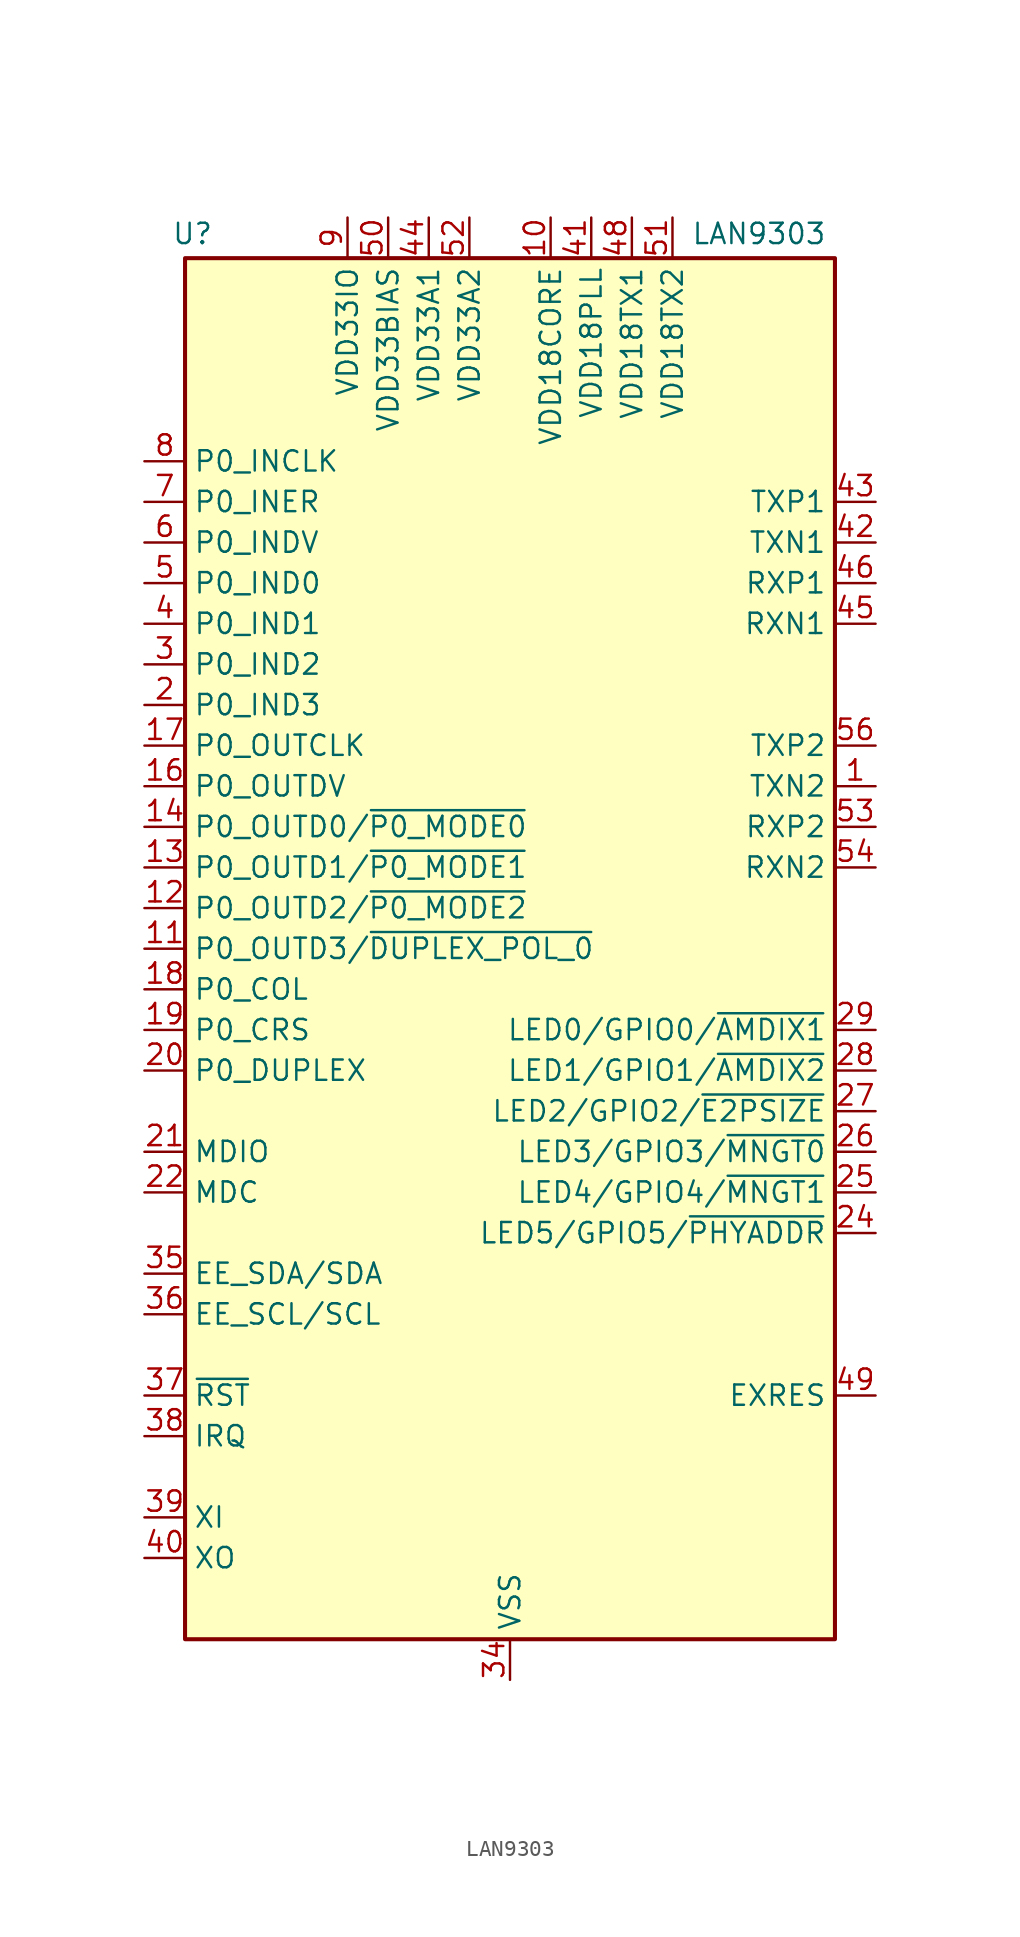
<source format=kicad_sym>
(kicad_symbol_lib
  (version 20241209)
  (generator "kicad_symbol_editor")
  (generator_version "9.0")
  (symbol "LAN9303"
    (property "Reference" "U"
      (at -18.542 44.704 0)
      (effects (font (size 1.27 1.27)) (justify right)))
    (property "Value" "LAN9303"
      (at 19.812 44.704 0)
      (effects (font (size 1.27 1.27)) (justify right)))
    (symbol "LAN9303_0_1"
      (rectangle (start -20.32 43.18) (end 20.32 -43.18) (stroke (width 0.254) (type default)) (fill (type background))))
    (symbol "LAN9303_1_1"
      (pin passive line (at -22.86 30.48 0) (length 2.54) (name "P0_INCLK" (effects (font (size 1.27 1.27)))) (number "8" (effects (font (size 1.27 1.27)))))
      (pin passive line (at -22.86 27.94 0) (length 2.54) (name "P0_INER" (effects (font (size 1.27 1.27)))) (number "7" (effects (font (size 1.27 1.27)))))
      (pin input line (at -22.86 25.4 0) (length 2.54) (name "P0_INDV" (effects (font (size 1.27 1.27)))) (number "6" (effects (font (size 1.27 1.27)))))
      (pin input line (at -22.86 22.86 0) (length 2.54) (name "P0_IND0" (effects (font (size 1.27 1.27)))) (number "5" (effects (font (size 1.27 1.27)))))
      (pin input line (at -22.86 20.32 0) (length 2.54) (name "P0_IND1" (effects (font (size 1.27 1.27)))) (number "4" (effects (font (size 1.27 1.27)))))
      (pin passive line (at -22.86 17.78 0) (length 2.54) (name "P0_IND2" (effects (font (size 1.27 1.27)))) (number "3" (effects (font (size 1.27 1.27)))))
      (pin passive line (at -22.86 15.24 0) (length 2.54) (name "P0_IND3" (effects (font (size 1.27 1.27)))) (number "2" (effects (font (size 1.27 1.27)))))
      (pin bidirectional line (at -22.86 12.7 0) (length 2.54) (name "P0_OUTCLK" (effects (font (size 1.27 1.27)))) (number "17" (effects (font (size 1.27 1.27)))))
      (pin output line (at -22.86 10.16 0) (length 2.54) (name "P0_OUTDV" (effects (font (size 1.27 1.27)))) (number "16" (effects (font (size 1.27 1.27)))))
      (pin bidirectional line (at -22.86 7.62 0) (length 2.54) (name "P0_OUTD0/~{P0_MODE0}" (effects (font (size 1.27 1.27)))) (number "14" (effects (font (size 1.27 1.27)))))
      (pin bidirectional line (at -22.86 5.08 0) (length 2.54) (name "P0_OUTD1/~{P0_MODE1}" (effects (font (size 1.27 1.27)))) (number "13" (effects (font (size 1.27 1.27)))))
      (pin passive line (at -22.86 2.54 0) (length 2.54) (name "P0_OUTD2/~{P0_MODE2}" (effects (font (size 1.27 1.27)))) (number "12" (effects (font (size 1.27 1.27)))))
      (pin passive line (at -22.86 0 0) (length 2.54) (name "P0_OUTD3/~{DUPLEX_POL_0}" (effects (font (size 1.27 1.27)))) (number "11" (effects (font (size 1.27 1.27)))))
      (pin passive line (at -22.86 -2.54 0) (length 2.54) (name "P0_COL" (effects (font (size 1.27 1.27)))) (number "18" (effects (font (size 1.27 1.27)))))
      (pin passive line (at -22.86 -5.08 0) (length 2.54) (name "P0_CRS" (effects (font (size 1.27 1.27)))) (number "19" (effects (font (size 1.27 1.27)))))
      (pin input line (at -22.86 -7.62 0) (length 2.54) (name "P0_DUPLEX" (effects (font (size 1.27 1.27)))) (number "20" (effects (font (size 1.27 1.27)))))
      (pin bidirectional line (at -22.86 -12.7 0) (length 2.54) (name "MDIO" (effects (font (size 1.27 1.27)))) (number "21" (effects (font (size 1.27 1.27)))))
      (pin bidirectional line (at -22.86 -15.24 0) (length 2.54) (name "MDC" (effects (font (size 1.27 1.27)))) (number "22" (effects (font (size 1.27 1.27)))))
      (pin bidirectional line (at -22.86 -20.32 0) (length 2.54) (name "EE_SDA/SDA" (effects (font (size 1.27 1.27)))) (number "35" (effects (font (size 1.27 1.27)))))
      (pin bidirectional line (at -22.86 -22.86 0) (length 2.54) (name "EE_SCL/SCL" (effects (font (size 1.27 1.27)))) (number "36" (effects (font (size 1.27 1.27)))))
      (pin passive line (at -22.86 -27.94 0) (length 2.54) (name "~{RST}" (effects (font (size 1.27 1.27)))) (number "37" (effects (font (size 1.27 1.27)))))
      (pin passive line (at -22.86 -30.48 0) (length 2.54) (name "IRQ" (effects (font (size 1.27 1.27)))) (number "38" (effects (font (size 1.27 1.27)))))
      (pin input line (at -22.86 -35.56 0) (length 2.54) (name "XI" (effects (font (size 1.27 1.27)))) (number "39" (effects (font (size 1.27 1.27)))))
      (pin passive line (at -22.86 -38.1 0) (length 2.54) (name "XO" (effects (font (size 1.27 1.27)))) (number "40" (effects (font (size 1.27 1.27)))))
      (pin passive line (at -10.16 45.72 270) (length 2.54) (hide yes) (name "VDD33IO" (effects (font (size 1.27 1.27)))) (number "15" (effects (font (size 1.27 1.27)))))
      (pin passive line (at -10.16 45.72 270) (length 2.54) (hide yes) (name "VDD33IO" (effects (font (size 1.27 1.27)))) (number "23" (effects (font (size 1.27 1.27)))))
      (pin passive line (at -10.16 45.72 270) (length 2.54) (hide yes) (name "VDD33IO" (effects (font (size 1.27 1.27)))) (number "30" (effects (font (size 1.27 1.27)))))
      (pin passive line (at -10.16 45.72 270) (length 2.54) (hide yes) (name "VDD33IO" (effects (font (size 1.27 1.27)))) (number "32" (effects (font (size 1.27 1.27)))))
      (pin passive line (at -10.16 45.72 270) (length 2.54) (hide yes) (name "VDD33IO" (effects (font (size 1.27 1.27)))) (number "33" (effects (font (size 1.27 1.27)))))
      (pin power_in line (at -10.16 45.72 270) (length 2.54) (name "VDD33IO" (effects (font (size 1.27 1.27)))) (number "9" (effects (font (size 1.27 1.27)))))
      (pin power_in line (at -7.62 45.72 270) (length 2.54) (name "VDD33BIAS" (effects (font (size 1.27 1.27)))) (number "50" (effects (font (size 1.27 1.27)))))
      (pin power_in line (at -5.08 45.72 270) (length 2.54) (name "VDD33A1" (effects (font (size 1.27 1.27)))) (number "44" (effects (font (size 1.27 1.27)))))
      (pin passive line (at -5.08 45.72 270) (length 2.54) (hide yes) (name "VDD33A1" (effects (font (size 1.27 1.27)))) (number "47" (effects (font (size 1.27 1.27)))))
      (pin power_in line (at -2.54 45.72 270) (length 2.54) (name "VDD33A2" (effects (font (size 1.27 1.27)))) (number "52" (effects (font (size 1.27 1.27)))))
      (pin passive line (at -2.54 45.72 270) (length 2.54) (hide yes) (name "VDD33A2" (effects (font (size 1.27 1.27)))) (number "55" (effects (font (size 1.27 1.27)))))
      (pin power_in line (at 0 -45.72 90) (length 2.54) (name "VSS" (effects (font (size 1.27 1.27)))) (number "34" (effects (font (size 1.27 1.27)))))
      (pin passive line (at 0 -45.72 90) (length 2.54) (hide yes) (name "VSS" (effects (font (size 1.27 1.27)))) (number "57" (effects (font (size 1.27 1.27)))))
      (pin output line (at 2.54 45.72 270) (length 2.54) (name "VDD18CORE" (effects (font (size 1.27 1.27)))) (number "10" (effects (font (size 1.27 1.27)))))
      (pin passive line (at 2.54 45.72 270) (length 2.54) (hide yes) (name "VDD18CORE" (effects (font (size 1.27 1.27)))) (number "31" (effects (font (size 1.27 1.27)))))
      (pin output line (at 5.08 45.72 270) (length 2.54) (name "VDD18PLL" (effects (font (size 1.27 1.27)))) (number "41" (effects (font (size 1.27 1.27)))))
      (pin input line (at 7.62 45.72 270) (length 2.54) (name "VDD18TX1" (effects (font (size 1.27 1.27)))) (number "48" (effects (font (size 1.27 1.27)))))
      (pin output line (at 10.16 45.72 270) (length 2.54) (name "VDD18TX2" (effects (font (size 1.27 1.27)))) (number "51" (effects (font (size 1.27 1.27)))))
      (pin bidirectional line (at 22.86 27.94 180) (length 2.54) (name "TXP1" (effects (font (size 1.27 1.27)))) (number "43" (effects (font (size 1.27 1.27)))))
      (pin bidirectional line (at 22.86 25.4 180) (length 2.54) (name "TXN1" (effects (font (size 1.27 1.27)))) (number "42" (effects (font (size 1.27 1.27)))))
      (pin bidirectional line (at 22.86 22.86 180) (length 2.54) (name "RXP1" (effects (font (size 1.27 1.27)))) (number "46" (effects (font (size 1.27 1.27)))))
      (pin bidirectional line (at 22.86 20.32 180) (length 2.54) (name "RXN1" (effects (font (size 1.27 1.27)))) (number "45" (effects (font (size 1.27 1.27)))))
      (pin bidirectional line (at 22.86 12.7 180) (length 2.54) (name "TXP2" (effects (font (size 1.27 1.27)))) (number "56" (effects (font (size 1.27 1.27)))))
      (pin bidirectional line (at 22.86 10.16 180) (length 2.54) (name "TXN2" (effects (font (size 1.27 1.27)))) (number "1" (effects (font (size 1.27 1.27)))))
      (pin bidirectional line (at 22.86 7.62 180) (length 2.54) (name "RXP2" (effects (font (size 1.27 1.27)))) (number "53" (effects (font (size 1.27 1.27)))))
      (pin bidirectional line (at 22.86 5.08 180) (length 2.54) (name "RXN2" (effects (font (size 1.27 1.27)))) (number "54" (effects (font (size 1.27 1.27)))))
      (pin passive line (at 22.86 -5.08 180) (length 2.54) (name "LED0/GPIO0/~{AMDIX1}" (effects (font (size 1.27 1.27)))) (number "29" (effects (font (size 1.27 1.27)))))
      (pin passive line (at 22.86 -7.62 180) (length 2.54) (name "LED1/GPIO1/~{AMDIX2}" (effects (font (size 1.27 1.27)))) (number "28" (effects (font (size 1.27 1.27)))))
      (pin passive line (at 22.86 -10.16 180) (length 2.54) (name "LED2/GPIO2/~{E2PSIZE}" (effects (font (size 1.27 1.27)))) (number "27" (effects (font (size 1.27 1.27)))))
      (pin passive line (at 22.86 -12.7 180) (length 2.54) (name "LED3/GPIO3/~{MNGT0}" (effects (font (size 1.27 1.27)))) (number "26" (effects (font (size 1.27 1.27)))))
      (pin passive line (at 22.86 -15.24 180) (length 2.54) (name "LED4/GPIO4/~{MNGT1}" (effects (font (size 1.27 1.27)))) (number "25" (effects (font (size 1.27 1.27)))))
      (pin passive line (at 22.86 -17.78 180) (length 2.54) (name "LED5/GPIO5/~{PHYADDR}" (effects (font (size 1.27 1.27)))) (number "24" (effects (font (size 1.27 1.27)))))
      (pin passive line (at 22.86 -27.94 180) (length 2.54) (name "EXRES" (effects (font (size 1.27 1.27)))) (number "49" (effects (font (size 1.27 1.27))))))))
</source>
